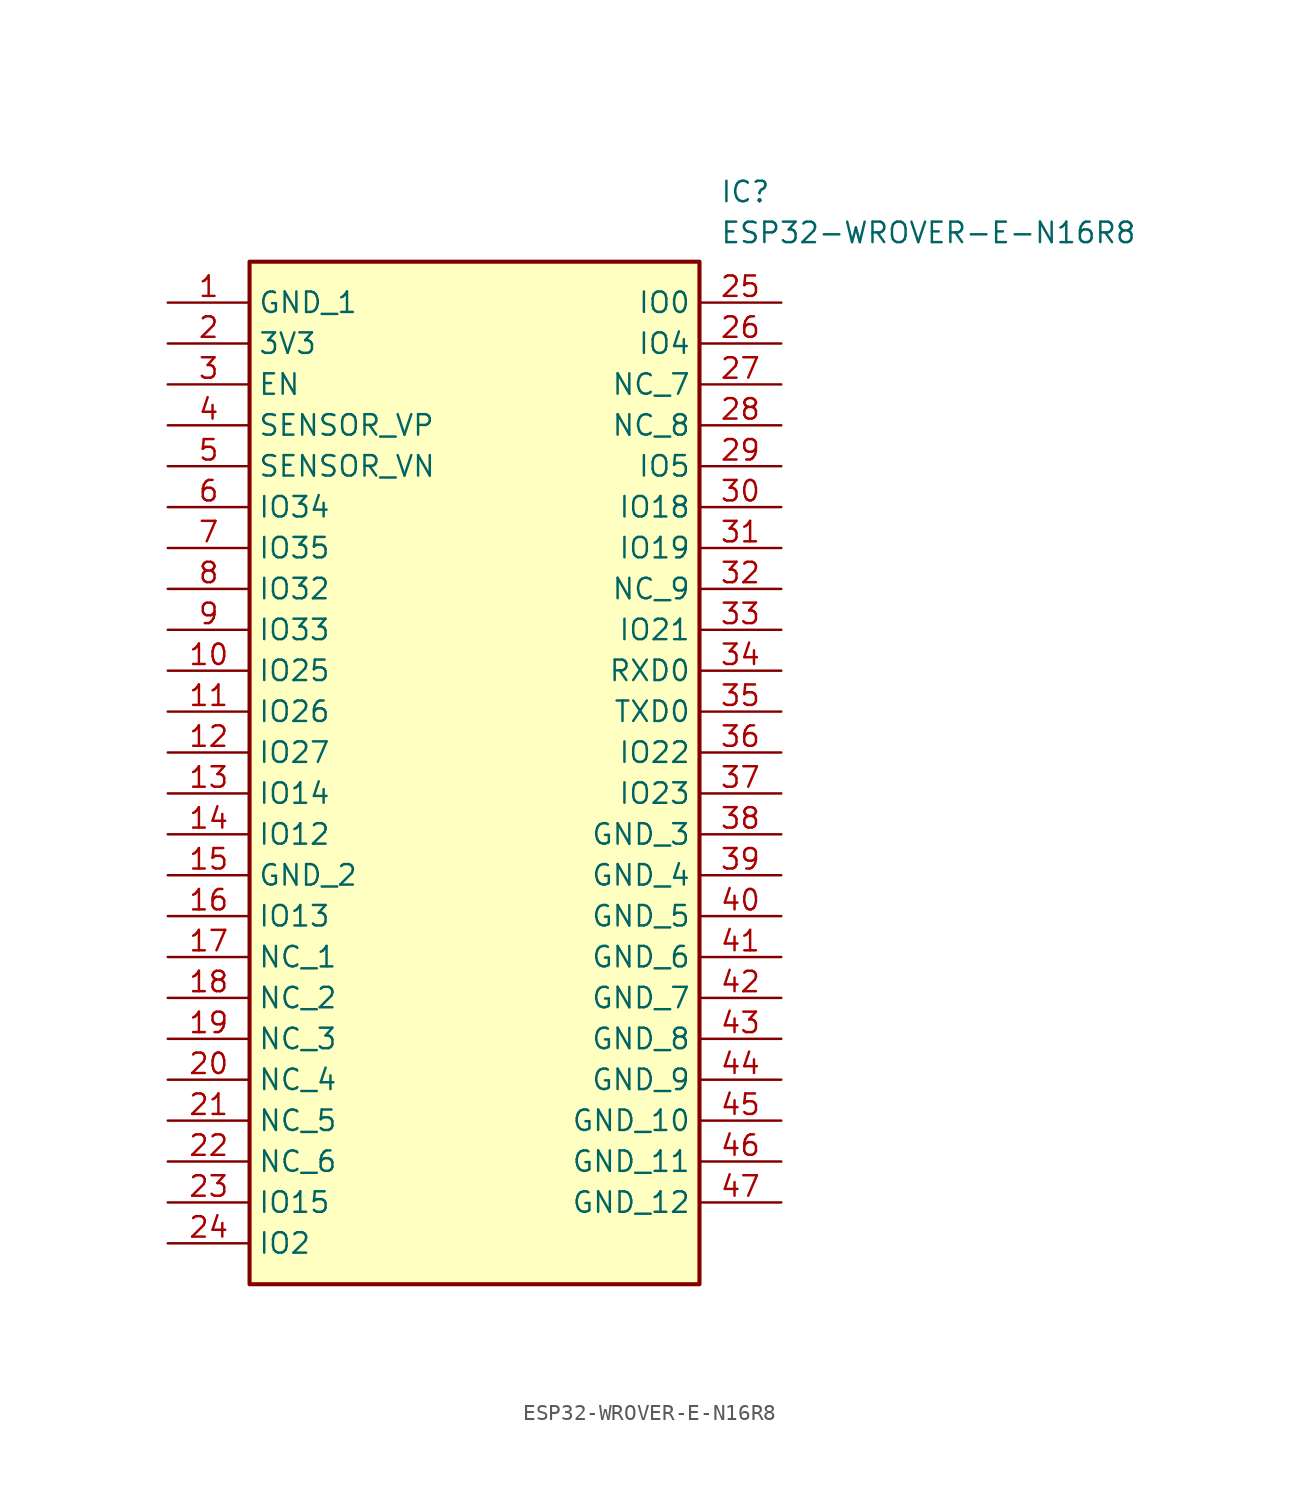
<source format=kicad_sym>
(kicad_symbol_lib
  (version 20211014)
  (generator SamacSys_ECAD_Model)
  (symbol "ESP32-WROVER-E-N16R8"
    (property "Reference" "IC"
      (at 34.29 7.62 0)
      (effects (font (size 1.27 1.27)) (justify left top)))
    (property "Value" "ESP32-WROVER-E-N16R8"
      (at 34.29 5.08 0)
      (effects (font (size 1.27 1.27)) (justify left top)))
    (rectangle
      (start 5.08 2.54)
      (end 33.02 -60.96)
      (stroke (width 0.254) (type default))
      (fill (type background)))
    (pin passive line
      (at 0 0 0)
      (length 5.08)
      (name "GND_1" (effects (font (size 1.27 1.27))))
      (number "1" (effects (font (size 1.27 1.27)))))
    (pin passive line
      (at 0 -2.54 0)
      (length 5.08)
      (name "3V3" (effects (font (size 1.27 1.27))))
      (number "2" (effects (font (size 1.27 1.27)))))
    (pin passive line
      (at 0 -5.08 0)
      (length 5.08)
      (name "EN" (effects (font (size 1.27 1.27))))
      (number "3" (effects (font (size 1.27 1.27)))))
    (pin passive line
      (at 0 -7.62 0)
      (length 5.08)
      (name "SENSOR_VP" (effects (font (size 1.27 1.27))))
      (number "4" (effects (font (size 1.27 1.27)))))
    (pin passive line
      (at 0 -10.16 0)
      (length 5.08)
      (name "SENSOR_VN" (effects (font (size 1.27 1.27))))
      (number "5" (effects (font (size 1.27 1.27)))))
    (pin passive line
      (at 0 -12.7 0)
      (length 5.08)
      (name "IO34" (effects (font (size 1.27 1.27))))
      (number "6" (effects (font (size 1.27 1.27)))))
    (pin passive line
      (at 0 -15.24 0)
      (length 5.08)
      (name "IO35" (effects (font (size 1.27 1.27))))
      (number "7" (effects (font (size 1.27 1.27)))))
    (pin passive line
      (at 0 -17.78 0)
      (length 5.08)
      (name "IO32" (effects (font (size 1.27 1.27))))
      (number "8" (effects (font (size 1.27 1.27)))))
    (pin passive line
      (at 0 -20.32 0)
      (length 5.08)
      (name "IO33" (effects (font (size 1.27 1.27))))
      (number "9" (effects (font (size 1.27 1.27)))))
    (pin passive line
      (at 0 -22.86 0)
      (length 5.08)
      (name "IO25" (effects (font (size 1.27 1.27))))
      (number "10" (effects (font (size 1.27 1.27)))))
    (pin passive line
      (at 0 -25.4 0)
      (length 5.08)
      (name "IO26" (effects (font (size 1.27 1.27))))
      (number "11" (effects (font (size 1.27 1.27)))))
    (pin passive line
      (at 0 -27.94 0)
      (length 5.08)
      (name "IO27" (effects (font (size 1.27 1.27))))
      (number "12" (effects (font (size 1.27 1.27)))))
    (pin passive line
      (at 0 -30.48 0)
      (length 5.08)
      (name "IO14" (effects (font (size 1.27 1.27))))
      (number "13" (effects (font (size 1.27 1.27)))))
    (pin passive line
      (at 0 -33.02 0)
      (length 5.08)
      (name "IO12" (effects (font (size 1.27 1.27))))
      (number "14" (effects (font (size 1.27 1.27)))))
    (pin passive line
      (at 0 -35.56 0)
      (length 5.08)
      (name "GND_2" (effects (font (size 1.27 1.27))))
      (number "15" (effects (font (size 1.27 1.27)))))
    (pin passive line
      (at 0 -38.1 0)
      (length 5.08)
      (name "IO13" (effects (font (size 1.27 1.27))))
      (number "16" (effects (font (size 1.27 1.27)))))
    (pin passive line
      (at 0 -40.64 0)
      (length 5.08)
      (name "NC_1" (effects (font (size 1.27 1.27))))
      (number "17" (effects (font (size 1.27 1.27)))))
    (pin passive line
      (at 0 -43.18 0)
      (length 5.08)
      (name "NC_2" (effects (font (size 1.27 1.27))))
      (number "18" (effects (font (size 1.27 1.27)))))
    (pin passive line
      (at 0 -45.72 0)
      (length 5.08)
      (name "NC_3" (effects (font (size 1.27 1.27))))
      (number "19" (effects (font (size 1.27 1.27)))))
    (pin passive line
      (at 0 -48.26 0)
      (length 5.08)
      (name "NC_4" (effects (font (size 1.27 1.27))))
      (number "20" (effects (font (size 1.27 1.27)))))
    (pin passive line
      (at 0 -50.8 0)
      (length 5.08)
      (name "NC_5" (effects (font (size 1.27 1.27))))
      (number "21" (effects (font (size 1.27 1.27)))))
    (pin passive line
      (at 0 -53.34 0)
      (length 5.08)
      (name "NC_6" (effects (font (size 1.27 1.27))))
      (number "22" (effects (font (size 1.27 1.27)))))
    (pin passive line
      (at 0 -55.88 0)
      (length 5.08)
      (name "IO15" (effects (font (size 1.27 1.27))))
      (number "23" (effects (font (size 1.27 1.27)))))
    (pin passive line
      (at 0 -58.42 0)
      (length 5.08)
      (name "IO2" (effects (font (size 1.27 1.27))))
      (number "24" (effects (font (size 1.27 1.27)))))
    (pin passive line
      (at 38.1 0 180)
      (length 5.08)
      (name "IO0" (effects (font (size 1.27 1.27))))
      (number "25" (effects (font (size 1.27 1.27)))))
    (pin passive line
      (at 38.1 -2.54 180)
      (length 5.08)
      (name "IO4" (effects (font (size 1.27 1.27))))
      (number "26" (effects (font (size 1.27 1.27)))))
    (pin passive line
      (at 38.1 -5.08 180)
      (length 5.08)
      (name "NC_7" (effects (font (size 1.27 1.27))))
      (number "27" (effects (font (size 1.27 1.27)))))
    (pin passive line
      (at 38.1 -7.62 180)
      (length 5.08)
      (name "NC_8" (effects (font (size 1.27 1.27))))
      (number "28" (effects (font (size 1.27 1.27)))))
    (pin passive line
      (at 38.1 -10.16 180)
      (length 5.08)
      (name "IO5" (effects (font (size 1.27 1.27))))
      (number "29" (effects (font (size 1.27 1.27)))))
    (pin passive line
      (at 38.1 -12.7 180)
      (length 5.08)
      (name "IO18" (effects (font (size 1.27 1.27))))
      (number "30" (effects (font (size 1.27 1.27)))))
    (pin passive line
      (at 38.1 -15.24 180)
      (length 5.08)
      (name "IO19" (effects (font (size 1.27 1.27))))
      (number "31" (effects (font (size 1.27 1.27)))))
    (pin passive line
      (at 38.1 -17.78 180)
      (length 5.08)
      (name "NC_9" (effects (font (size 1.27 1.27))))
      (number "32" (effects (font (size 1.27 1.27)))))
    (pin passive line
      (at 38.1 -20.32 180)
      (length 5.08)
      (name "IO21" (effects (font (size 1.27 1.27))))
      (number "33" (effects (font (size 1.27 1.27)))))
    (pin passive line
      (at 38.1 -22.86 180)
      (length 5.08)
      (name "RXD0" (effects (font (size 1.27 1.27))))
      (number "34" (effects (font (size 1.27 1.27)))))
    (pin passive line
      (at 38.1 -25.4 180)
      (length 5.08)
      (name "TXD0" (effects (font (size 1.27 1.27))))
      (number "35" (effects (font (size 1.27 1.27)))))
    (pin passive line
      (at 38.1 -27.94 180)
      (length 5.08)
      (name "IO22" (effects (font (size 1.27 1.27))))
      (number "36" (effects (font (size 1.27 1.27)))))
    (pin passive line
      (at 38.1 -30.48 180)
      (length 5.08)
      (name "IO23" (effects (font (size 1.27 1.27))))
      (number "37" (effects (font (size 1.27 1.27)))))
    (pin passive line
      (at 38.1 -33.02 180)
      (length 5.08)
      (name "GND_3" (effects (font (size 1.27 1.27))))
      (number "38" (effects (font (size 1.27 1.27)))))
    (pin passive line
      (at 38.1 -35.56 180)
      (length 5.08)
      (name "GND_4" (effects (font (size 1.27 1.27))))
      (number "39" (effects (font (size 1.27 1.27)))))
    (pin passive line
      (at 38.1 -38.1 180)
      (length 5.08)
      (name "GND_5" (effects (font (size 1.27 1.27))))
      (number "40" (effects (font (size 1.27 1.27)))))
    (pin passive line
      (at 38.1 -40.64 180)
      (length 5.08)
      (name "GND_6" (effects (font (size 1.27 1.27))))
      (number "41" (effects (font (size 1.27 1.27)))))
    (pin passive line
      (at 38.1 -43.18 180)
      (length 5.08)
      (name "GND_7" (effects (font (size 1.27 1.27))))
      (number "42" (effects (font (size 1.27 1.27)))))
    (pin passive line
      (at 38.1 -45.72 180)
      (length 5.08)
      (name "GND_8" (effects (font (size 1.27 1.27))))
      (number "43" (effects (font (size 1.27 1.27)))))
    (pin passive line
      (at 38.1 -48.26 180)
      (length 5.08)
      (name "GND_9" (effects (font (size 1.27 1.27))))
      (number "44" (effects (font (size 1.27 1.27)))))
    (pin passive line
      (at 38.1 -50.8 180)
      (length 5.08)
      (name "GND_10" (effects (font (size 1.27 1.27))))
      (number "45" (effects (font (size 1.27 1.27)))))
    (pin passive line
      (at 38.1 -53.34 180)
      (length 5.08)
      (name "GND_11" (effects (font (size 1.27 1.27))))
      (number "46" (effects (font (size 1.27 1.27)))))
    (pin passive line
      (at 38.1 -55.88 180)
      (length 5.08)
      (name "GND_12" (effects (font (size 1.27 1.27))))
      (number "47" (effects (font (size 1.27 1.27)))))))
</source>
